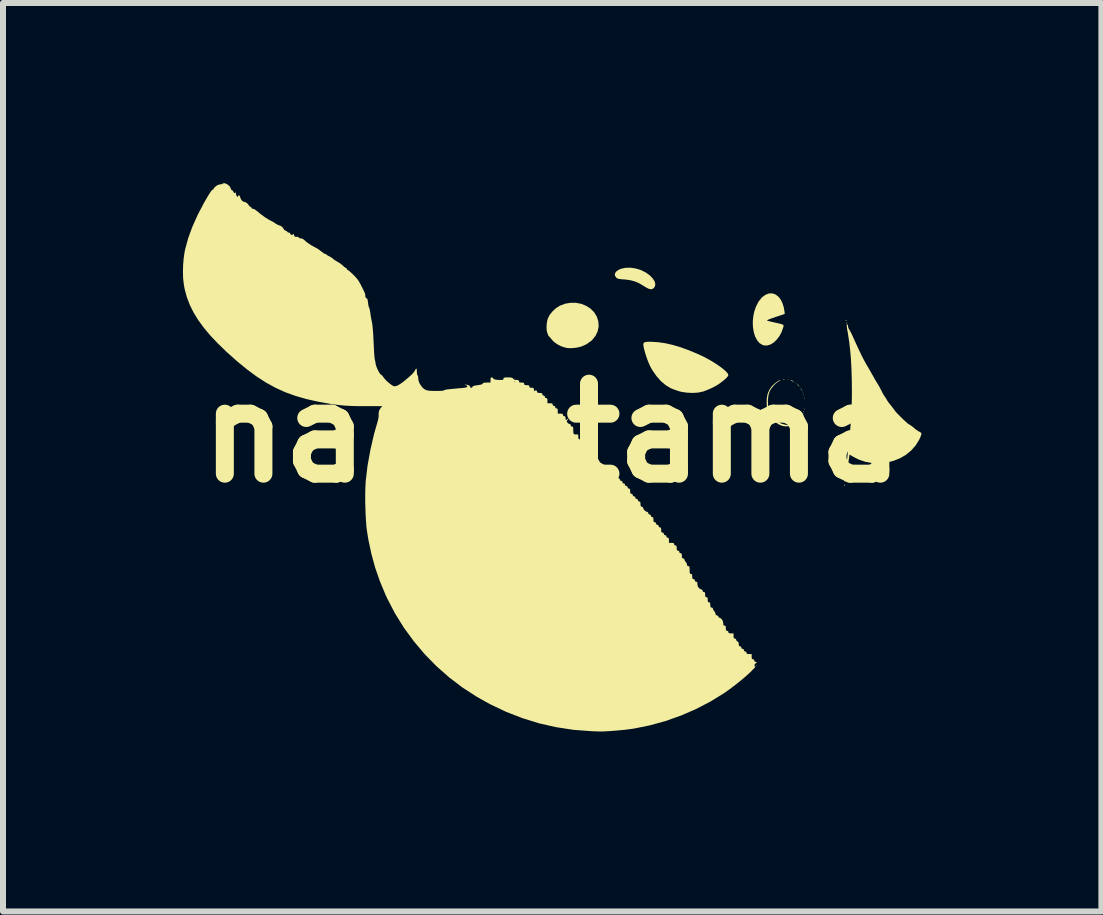
<source format=kicad_pcb>
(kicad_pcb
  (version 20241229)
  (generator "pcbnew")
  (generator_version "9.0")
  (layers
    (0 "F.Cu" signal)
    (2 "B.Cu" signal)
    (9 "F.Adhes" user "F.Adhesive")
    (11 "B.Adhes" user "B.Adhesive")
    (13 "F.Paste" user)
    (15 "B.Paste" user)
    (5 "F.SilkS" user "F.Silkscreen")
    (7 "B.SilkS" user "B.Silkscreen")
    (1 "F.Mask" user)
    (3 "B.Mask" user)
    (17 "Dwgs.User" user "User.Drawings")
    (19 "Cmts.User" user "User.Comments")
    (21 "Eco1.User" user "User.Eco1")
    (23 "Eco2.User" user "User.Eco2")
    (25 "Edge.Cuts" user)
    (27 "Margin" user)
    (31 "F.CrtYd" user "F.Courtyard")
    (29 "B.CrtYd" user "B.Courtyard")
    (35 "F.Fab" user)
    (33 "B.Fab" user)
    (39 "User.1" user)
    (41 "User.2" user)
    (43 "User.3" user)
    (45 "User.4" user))
  (footprint "namatama"
    (layer "F.Cu")
    (at 6.163 4.169)
    (property "Reference" "namatama" (at 0 0 0) (layer "F.SilkS") (effects (font (size 1.5 1.5) (thickness 0.3))))
    (attr board_only exclude_from_pos_files exclude_from_bom)
    (fp_poly (pts (xy 3.405 3.874) (xy 3.4 3.88) (xy 3.395 3.874) (xy 3.4 3.869)) (stroke (width 0) (type solid)) (fill yes) (layer "F.SilkS"))
    (fp_poly (pts (xy 3.933 -0.889) (xy 3.928 -0.884) (xy 3.923 -0.889) (xy 3.928 -0.894)) (stroke (width 0) (type solid)) (fill yes) (layer "F.SilkS"))
    (fp_poly (pts (xy 4.041 -0.846) (xy 4.036 -0.841) (xy 4.03 -0.846) (xy 4.036 -0.851)) (stroke (width 0) (type solid)) (fill yes) (layer "F.SilkS"))
    (fp_poly (pts (xy 4.138 -0.749) (xy 4.133 -0.744) (xy 4.127 -0.749) (xy 4.133 -0.754)) (stroke (width 0) (type solid)) (fill yes) (layer "F.SilkS"))
    (fp_poly (pts (xy 4.17 -0.684) (xy 4.165 -0.679) (xy 4.16 -0.684) (xy 4.165 -0.69)) (stroke (width 0) (type solid)) (fill yes) (layer "F.SilkS"))
    (fp_poly (pts (xy 4.181 -0.663) (xy 4.176 -0.657) (xy 4.17 -0.663) (xy 4.176 -0.668)) (stroke (width 0) (type solid)) (fill yes) (layer "F.SilkS"))
    (fp_poly (pts (xy 4.192 -0.63) (xy 4.187 -0.625) (xy 4.181 -0.63) (xy 4.187 -0.636)) (stroke (width 0) (type solid)) (fill yes) (layer "F.SilkS"))
    (fp_poly (pts (xy 3.866 -0.89) (xy 3.863 -0.885) (xy 3.852 -0.885) (xy 3.84 -0.887) (xy 3.845 -0.891) (xy 3.862 -0.892)) (stroke (width 0) (type solid)) (fill yes) (layer "F.SilkS"))
    (fp_poly (pts (xy 4.188 -0.363) (xy 4.19 -0.35) (xy 4.188 -0.348) (xy 4.182 -0.35) (xy 4.181 -0.356) (xy 4.185 -0.364)) (stroke (width 0) (type solid)) (fill yes) (layer "F.SilkS"))
    (fp_poly (pts (xy 4.199 -0.589) (xy 4.2 -0.576) (xy 4.199 -0.575) (xy 4.193 -0.576) (xy 4.192 -0.582) (xy 4.196 -0.591)) (stroke (width 0) (type solid)) (fill yes) (layer "F.SilkS"))
    (fp_poly (pts (xy 4.199 -0.406) (xy 4.2 -0.393) (xy 4.199 -0.392) (xy 4.193 -0.393) (xy 4.192 -0.399) (xy 4.196 -0.408)) (stroke (width 0) (type solid)) (fill yes) (layer "F.SilkS"))
    (fp_poly (pts (xy 4.147 -0.728) (xy 4.159 -0.718) (xy 4.156 -0.711) (xy 4.155 -0.711) (xy 4.146 -0.719) (xy 4.143 -0.724) (xy 4.141 -0.731)) (stroke (width 0) (type solid)) (fill yes) (layer "F.SilkS"))
    (fp_poly (pts (xy 4.891 -1.882) (xy 4.902 -1.871) (xy 4.9 -1.864) (xy 4.899 -1.864) (xy 4.889 -1.872) (xy 4.886 -1.877) (xy 4.885 -1.884)) (stroke (width 0) (type solid)) (fill yes) (layer "F.SilkS"))
    (fp_poly (pts (xy 4.087 -0.809) (xy 4.106 -0.791) (xy 4.116 -0.78) (xy 4.117 -0.779) (xy 4.113 -0.777) (xy 4.099 -0.788) (xy 4.083 -0.806) (xy 4.057 -0.835)) (stroke (width 0) (type solid)) (fill yes) (layer "F.SilkS"))
    (fp_poly (pts (xy 4.867 0.852) (xy 4.868 0.854) (xy 4.869 0.878) (xy 4.867 0.887) (xy 4.864 0.887) (xy 4.862 0.87) (xy 4.862 0.868) (xy 4.864 0.851)) (stroke (width 0) (type solid)) (fill yes) (layer "F.SilkS"))
    (fp_poly (pts (xy 4.911 -1.836) (xy 4.909 -1.832) (xy 4.899 -1.822) (xy 4.897 -1.821) (xy 4.896 -1.828) (xy 4.898 -1.832) (xy 4.908 -1.842) (xy 4.91 -1.843)) (stroke (width 0) (type solid)) (fill yes) (layer "F.SilkS"))
    (fp_poly (pts (xy 3.989 -0.878) (xy 4.004 -0.868) (xy 4.019 -0.855) (xy 4.016 -0.853) (xy 3.997 -0.862) (xy 3.987 -0.868) (xy 3.972 -0.878) (xy 3.971 -0.883) (xy 3.972 -0.883)) (stroke (width 0) (type solid)) (fill yes) (layer "F.SilkS"))
    (fp_poly (pts (xy 1.386 -2.743) (xy 1.473 -2.716) (xy 1.554 -2.676) (xy 1.624 -2.625) (xy 1.625 -2.624) (xy 1.672 -2.574) (xy 1.702 -2.526) (xy 1.713 -2.481) (xy 1.705 -2.442) (xy 1.695 -2.426) (xy 1.671 -2.404) (xy 1.644 -2.396) (xy 1.612 -2.401) (xy 1.57 -2.42) (xy 1.519 -2.451) (xy 1.444 -2.496) (xy 1.372 -2.527) (xy 1.297 -2.547) (xy 1.211 -2.559) (xy 1.192 -2.56) (xy 1.14 -2.564) (xy 1.106 -2.569) (xy 1.083 -2.576) (xy 1.067 -2.586) (xy 1.06 -2.593) (xy 1.039 -2.625) (xy 1.039 -2.657) (xy 1.058 -2.689) (xy 1.096 -2.718) (xy 1.138 -2.737) (xy 1.214 -2.754) (xy 1.298 -2.756)) (stroke (width 0) (type solid)) (fill yes) (layer "F.SilkS"))
    (fp_poly (pts (xy 0.392 -2.17) (xy 0.479 -2.153) (xy 0.56 -2.12) (xy 0.632 -2.074) (xy 0.691 -2.015) (xy 0.736 -1.943) (xy 0.738 -1.939) (xy 0.763 -1.858) (xy 0.768 -1.776) (xy 0.752 -1.697) (xy 0.717 -1.622) (xy 0.663 -1.554) (xy 0.644 -1.536) (xy 0.562 -1.478) (xy 0.473 -1.439) (xy 0.395 -1.422) (xy 0.335 -1.416) (xy 0.29 -1.414) (xy 0.25 -1.416) (xy 0.211 -1.424) (xy 0.21 -1.424) (xy 0.142 -1.446) (xy 0.077 -1.48) (xy 0.022 -1.52) (xy -0.006 -1.549) (xy -0.03 -1.578) (xy -0.05 -1.601) (xy -0.059 -1.611) (xy -0.073 -1.627) (xy -0.075 -1.633) (xy -0.081 -1.65) (xy -0.089 -1.67) (xy -0.098 -1.709) (xy -0.101 -1.761) (xy -0.098 -1.818) (xy -0.09 -1.872) (xy -0.08 -1.907) (xy -0.05 -1.967) (xy -0.003 -2.026) (xy 0.054 -2.079) (xy 0.117 -2.12) (xy 0.123 -2.123) (xy 0.211 -2.156) (xy 0.301 -2.171)) (stroke (width 0) (type solid)) (fill yes) (layer "F.SilkS"))
    (fp_poly (pts (xy 3.71 -2.313) (xy 3.761 -2.277) (xy 3.793 -2.24) (xy 3.827 -2.179) (xy 3.852 -2.104) (xy 3.865 -2.035) (xy 3.871 -1.986) (xy 3.718 -1.934) (xy 3.666 -1.916) (xy 3.622 -1.9) (xy 3.591 -1.887) (xy 3.575 -1.878) (xy 3.574 -1.876) (xy 3.588 -1.87) (xy 3.618 -1.862) (xy 3.659 -1.852) (xy 3.696 -1.843) (xy 3.758 -1.83) (xy 3.801 -1.819) (xy 3.829 -1.811) (xy 3.845 -1.802) (xy 3.851 -1.791) (xy 3.85 -1.777) (xy 3.845 -1.76) (xy 3.817 -1.681) (xy 3.779 -1.611) (xy 3.733 -1.552) (xy 3.682 -1.505) (xy 3.628 -1.473) (xy 3.573 -1.458) (xy 3.52 -1.461) (xy 3.502 -1.467) (xy 3.451 -1.498) (xy 3.41 -1.546) (xy 3.377 -1.608) (xy 3.354 -1.681) (xy 3.341 -1.762) (xy 3.337 -1.848) (xy 3.345 -1.936) (xy 3.362 -2.023) (xy 3.391 -2.107) (xy 3.43 -2.184) (xy 3.439 -2.198) (xy 3.489 -2.259) (xy 3.543 -2.301) (xy 3.599 -2.325) (xy 3.656 -2.329)) (stroke (width 0) (type solid)) (fill yes) (layer "F.SilkS"))
    (fp_poly (pts (xy 1.639 -1.521) (xy 1.756 -1.514) (xy 1.876 -1.497) (xy 2.001 -1.469) (xy 2.135 -1.429) (xy 2.28 -1.376) (xy 2.423 -1.316) (xy 2.503 -1.279) (xy 2.582 -1.238) (xy 2.659 -1.194) (xy 2.731 -1.149) (xy 2.796 -1.104) (xy 2.85 -1.062) (xy 2.893 -1.024) (xy 2.92 -0.992) (xy 2.931 -0.967) (xy 2.931 -0.965) (xy 2.922 -0.946) (xy 2.897 -0.917) (xy 2.858 -0.882) (xy 2.807 -0.842) (xy 2.764 -0.811) (xy 2.716 -0.782) (xy 2.656 -0.751) (xy 2.59 -0.722) (xy 2.529 -0.698) (xy 2.507 -0.691) (xy 2.428 -0.674) (xy 2.338 -0.668) (xy 2.244 -0.672) (xy 2.153 -0.685) (xy 2.116 -0.694) (xy 2.066 -0.71) (xy 2.015 -0.728) (xy 1.974 -0.745) (xy 1.971 -0.746) (xy 1.889 -0.795) (xy 1.808 -0.863) (xy 1.733 -0.947) (xy 1.665 -1.045) (xy 1.628 -1.11) (xy 1.604 -1.163) (xy 1.578 -1.229) (xy 1.554 -1.299) (xy 1.534 -1.367) (xy 1.519 -1.427) (xy 1.515 -1.451) (xy 1.513 -1.481) (xy 1.519 -1.501) (xy 1.536 -1.513) (xy 1.567 -1.519) (xy 1.615 -1.521)) (stroke (width 0) (type solid)) (fill yes) (layer "F.SilkS"))
    (fp_poly (pts (xy 3.797 -0.879) (xy 3.781 -0.868) (xy 3.771 -0.862) (xy 3.73 -0.833) (xy 3.686 -0.791) (xy 3.647 -0.742) (xy 3.619 -0.694) (xy 3.618 -0.692) (xy 3.599 -0.629) (xy 3.59 -0.556) (xy 3.591 -0.479) (xy 3.603 -0.408) (xy 3.611 -0.384) (xy 3.646 -0.307) (xy 3.694 -0.242) (xy 3.751 -0.191) (xy 3.814 -0.156) (xy 3.881 -0.137) (xy 3.95 -0.137) (xy 4.01 -0.154) (xy 4.059 -0.182) (xy 4.106 -0.223) (xy 4.142 -0.269) (xy 4.154 -0.291) (xy 4.167 -0.316) (xy 4.176 -0.329) (xy 4.178 -0.33) (xy 4.178 -0.317) (xy 4.166 -0.292) (xy 4.147 -0.26) (xy 4.123 -0.227) (xy 4.097 -0.197) (xy 4.089 -0.188) (xy 4.027 -0.142) (xy 3.957 -0.116) (xy 3.883 -0.11) (xy 3.831 -0.118) (xy 3.774 -0.141) (xy 3.717 -0.18) (xy 3.663 -0.232) (xy 3.619 -0.291) (xy 3.603 -0.322) (xy 3.588 -0.356) (xy 3.579 -0.389) (xy 3.573 -0.429) (xy 3.57 -0.482) (xy 3.569 -0.49) (xy 3.571 -0.575) (xy 3.583 -0.647) (xy 3.609 -0.71) (xy 3.646 -0.768) (xy 3.671 -0.796) (xy 3.704 -0.825) (xy 3.738 -0.852) (xy 3.77 -0.873) (xy 3.793 -0.883) (xy 3.797 -0.883)) (stroke (width 0) (type solid)) (fill yes) (layer "F.SilkS"))
    (fp_poly (pts (xy 4.923 -1.804) (xy 4.923 -1.802) (xy 4.924 -1.784) (xy 4.93 -1.759) (xy 4.938 -1.736) (xy 4.945 -1.725) (xy 4.946 -1.724) (xy 4.953 -1.715) (xy 4.967 -1.689) (xy 4.986 -1.65) (xy 5.009 -1.601) (xy 5.027 -1.561) (xy 5.077 -1.451) (xy 5.123 -1.352) (xy 5.164 -1.268) (xy 5.2 -1.2) (xy 5.226 -1.153) (xy 5.243 -1.124) (xy 5.268 -1.082) (xy 5.296 -1.033) (xy 5.319 -0.991) (xy 5.348 -0.941) (xy 5.376 -0.891) (xy 5.402 -0.848) (xy 5.417 -0.823) (xy 5.441 -0.783) (xy 5.467 -0.735) (xy 5.485 -0.7) (xy 5.504 -0.662) (xy 5.523 -0.629) (xy 5.537 -0.609) (xy 5.557 -0.581) (xy 5.568 -0.56) (xy 5.58 -0.539) (xy 5.602 -0.508) (xy 5.629 -0.473) (xy 5.633 -0.469) (xy 5.66 -0.435) (xy 5.682 -0.406) (xy 5.696 -0.387) (xy 5.697 -0.386) (xy 5.711 -0.366) (xy 5.737 -0.336) (xy 5.772 -0.3) (xy 5.812 -0.26) (xy 5.852 -0.221) (xy 5.89 -0.186) (xy 5.92 -0.159) (xy 5.941 -0.144) (xy 5.942 -0.144) (xy 5.97 -0.128) (xy 5.991 -0.112) (xy 5.992 -0.112) (xy 6.047 -0.066) (xy 6.09 -0.035) (xy 6.114 -0.022) (xy 6.138 -0.008) (xy 6.15 0.006) (xy 6.148 0.023) (xy 6.138 0.054) (xy 6.121 0.093) (xy 6.112 0.112) (xy 6.052 0.209) (xy 5.977 0.293) (xy 5.889 0.365) (xy 5.79 0.422) (xy 5.682 0.465) (xy 5.569 0.493) (xy 5.452 0.506) (xy 5.334 0.502) (xy 5.217 0.481) (xy 5.104 0.443) (xy 5.021 0.401) (xy 4.951 0.36) (xy 4.926 0.527) (xy 4.914 0.608) (xy 4.903 0.678) (xy 4.893 0.736) (xy 4.884 0.78) (xy 4.878 0.807) (xy 4.874 0.817) (xy 4.872 0.811) (xy 4.873 0.795) (xy 4.876 0.76) (xy 4.881 0.709) (xy 4.888 0.644) (xy 4.896 0.569) (xy 4.905 0.484) (xy 4.914 0.402) (xy 4.931 0.247) (xy 4.945 0.111) (xy 4.957 -0.01) (xy 4.967 -0.117) (xy 4.974 -0.216) (xy 4.98 -0.307) (xy 4.985 -0.395) (xy 4.987 -0.482) (xy 4.989 -0.57) (xy 4.99 -0.664) (xy 4.99 -0.7) (xy 4.988 -0.89) (xy 4.983 -1.062) (xy 4.975 -1.219) (xy 4.963 -1.365) (xy 4.947 -1.504) (xy 4.927 -1.639) (xy 4.92 -1.681) (xy 4.919 -1.687) (xy 4.946 -1.687) (xy 4.952 -1.681) (xy 4.957 -1.687) (xy 4.952 -1.692) (xy 4.946 -1.687) (xy 4.919 -1.687) (xy 4.91 -1.736) (xy 4.905 -1.774) (xy 4.904 -1.796) (xy 4.907 -1.808) (xy 4.914 -1.81)) (stroke (width 0) (type solid)) (fill yes) (layer "F.SilkS"))
    (fp_poly (pts (xy -5.494 -4.168) (xy -5.471 -4.164) (xy -5.456 -4.161) (xy -5.414 -4.14) (xy -5.38 -4.107) (xy -5.362 -4.07) (xy -5.354 -4.051) (xy -5.345 -4.047) (xy -5.334 -4.043) (xy -5.324 -4.026) (xy -5.311 -4.003) (xy -5.297 -3.999) (xy -5.288 -4.012) (xy -5.283 -4.013) (xy -5.281 -3.997) (xy -5.275 -3.968) (xy -5.266 -3.95) (xy -5.254 -3.937) (xy -5.248 -3.941) (xy -5.245 -3.948) (xy -5.233 -3.964) (xy -5.221 -3.96) (xy -5.211 -3.938) (xy -5.199 -3.904) (xy -5.181 -3.876) (xy -5.163 -3.86) (xy -5.156 -3.858) (xy -5.122 -3.849) (xy -5.089 -3.827) (xy -5.069 -3.802) (xy -5.054 -3.781) (xy -5.038 -3.772) (xy -5.038 -3.772) (xy -5.024 -3.763) (xy -5.022 -3.756) (xy -5.013 -3.742) (xy -4.999 -3.739) (xy -4.977 -3.733) (xy -4.949 -3.716) (xy -4.937 -3.706) (xy -4.86 -3.644) (xy -4.793 -3.595) (xy -4.733 -3.558) (xy -4.709 -3.545) (xy -4.674 -3.527) (xy -4.647 -3.512) (xy -4.634 -3.503) (xy -4.634 -3.502) (xy -4.62 -3.492) (xy -4.595 -3.478) (xy -4.569 -3.465) (xy -4.55 -3.459) (xy -4.548 -3.459) (xy -4.531 -3.452) (xy -4.509 -3.435) (xy -4.491 -3.415) (xy -4.483 -3.399) (xy -4.474 -3.387) (xy -4.452 -3.374) (xy -4.451 -3.373) (xy -4.428 -3.361) (xy -4.418 -3.351) (xy -4.418 -3.35) (xy -4.412 -3.342) (xy -4.41 -3.342) (xy -4.385 -3.34) (xy -4.375 -3.327) (xy -4.375 -3.326) (xy -4.368 -3.311) (xy -4.352 -3.302) (xy -4.338 -3.303) (xy -4.334 -3.308) (xy -4.324 -3.319) (xy -4.314 -3.313) (xy -4.311 -3.299) (xy -4.302 -3.278) (xy -4.28 -3.269) (xy -4.263 -3.272) (xy -4.245 -3.269) (xy -4.225 -3.255) (xy -4.21 -3.243) (xy -4.203 -3.244) (xy -4.203 -3.244) (xy -4.195 -3.247) (xy -4.177 -3.241) (xy -4.154 -3.229) (xy -4.134 -3.213) (xy -4.128 -3.206) (xy -4.105 -3.186) (xy -4.069 -3.16) (xy -4.025 -3.131) (xy -3.977 -3.104) (xy -3.963 -3.097) (xy -3.93 -3.079) (xy -3.905 -3.064) (xy -3.895 -3.057) (xy -3.876 -3.041) (xy -3.858 -3.028) (xy -3.834 -3.011) (xy -3.82 -2.999) (xy -3.798 -2.987) (xy -3.789 -2.985) (xy -3.774 -2.981) (xy -3.772 -2.976) (xy -3.763 -2.967) (xy -3.74 -2.954) (xy -3.728 -2.948) (xy -3.694 -2.93) (xy -3.665 -2.909) (xy -3.659 -2.904) (xy -3.635 -2.884) (xy -3.601 -2.863) (xy -3.582 -2.852) (xy -3.543 -2.828) (xy -3.506 -2.799) (xy -3.493 -2.787) (xy -3.47 -2.766) (xy -3.453 -2.755) (xy -3.448 -2.754) (xy -3.438 -2.749) (xy -3.432 -2.737) (xy -3.424 -2.721) (xy -3.419 -2.72) (xy -3.409 -2.715) (xy -3.388 -2.698) (xy -3.358 -2.672) (xy -3.327 -2.643) (xy -3.288 -2.603) (xy -3.258 -2.569) (xy -3.232 -2.532) (xy -3.207 -2.488) (xy -3.179 -2.434) (xy -3.155 -2.387) (xy -3.137 -2.347) (xy -3.125 -2.318) (xy -3.121 -2.303) (xy -3.122 -2.303) (xy -3.124 -2.289) (xy -3.121 -2.269) (xy -3.113 -2.252) (xy -3.105 -2.246) (xy -3.104 -2.246) (xy -3.095 -2.245) (xy -3.086 -2.227) (xy -3.079 -2.189) (xy -3.075 -2.157) (xy -3.07 -2.123) (xy -3.063 -2.098) (xy -3.059 -2.09) (xy -3.053 -2.077) (xy -3.047 -2.048) (xy -3.04 -2.009) (xy -3.038 -1.993) (xy -3.03 -1.94) (xy -3.02 -1.886) (xy -3.011 -1.841) (xy -3.01 -1.837) (xy -3.005 -1.806) (xy -3 -1.757) (xy -2.994 -1.693) (xy -2.989 -1.618) (xy -2.985 -1.535) (xy -2.984 -1.509) (xy -2.98 -1.434) (xy -2.977 -1.366) (xy -2.973 -1.307) (xy -2.969 -1.26) (xy -2.965 -1.23) (xy -2.963 -1.22) (xy -2.955 -1.19) (xy -2.953 -1.171) (xy -2.948 -1.141) (xy -2.936 -1.103) (xy -2.919 -1.062) (xy -2.899 -1.023) (xy -2.88 -0.992) (xy -2.863 -0.973) (xy -2.856 -0.97) (xy -2.846 -0.962) (xy -2.828 -0.941) (xy -2.817 -0.925) (xy -2.791 -0.893) (xy -2.756 -0.858) (xy -2.717 -0.825) (xy -2.681 -0.798) (xy -2.652 -0.782) (xy -2.646 -0.78) (xy -2.618 -0.78) (xy -2.581 -0.793) (xy -2.536 -0.82) (xy -2.48 -0.861) (xy -2.412 -0.918) (xy -2.348 -0.975) (xy -2.321 -1.004) (xy -2.299 -1.034) (xy -2.294 -1.044) (xy -2.28 -1.07) (xy -2.27 -1.075) (xy -2.265 -1.059) (xy -2.263 -1.024) (xy -2.261 -0.992) (xy -2.256 -0.97) (xy -2.253 -0.965) (xy -2.244 -0.95) (xy -2.242 -0.94) (xy -2.237 -0.88) (xy -2.22 -0.831) (xy -2.19 -0.783) (xy -2.179 -0.771) (xy -2.155 -0.744) (xy -2.129 -0.725) (xy -2.099 -0.712) (xy -2.058 -0.705) (xy -2.004 -0.702) (xy -1.948 -0.701) (xy -1.896 -0.701) (xy -1.854 -0.703) (xy -1.824 -0.706) (xy -1.811 -0.71) (xy -1.81 -0.71) (xy -1.807 -0.715) (xy -1.796 -0.719) (xy -1.774 -0.723) (xy -1.74 -0.728) (xy -1.691 -0.733) (xy -1.624 -0.74) (xy -1.565 -0.745) (xy -1.507 -0.75) (xy -1.467 -0.755) (xy -1.442 -0.76) (xy -1.428 -0.765) (xy -1.423 -0.772) (xy -1.422 -0.777) (xy -1.431 -0.794) (xy -1.446 -0.797) (xy -1.462 -0.8) (xy -1.463 -0.804) (xy -1.45 -0.806) (xy -1.424 -0.803) (xy -1.418 -0.802) (xy -1.39 -0.793) (xy -1.38 -0.779) (xy -1.379 -0.775) (xy -1.371 -0.758) (xy -1.358 -0.754) (xy -1.34 -0.761) (xy -1.336 -0.769) (xy -1.326 -0.781) (xy -1.298 -0.79) (xy -1.293 -0.791) (xy -1.251 -0.797) (xy -1.209 -0.804) (xy -1.207 -0.804) (xy -1.177 -0.812) (xy -1.164 -0.824) (xy -1.164 -0.826) (xy -1.158 -0.834) (xy -1.137 -0.839) (xy -1.099 -0.841) (xy -1.035 -0.841) (xy -1.035 -0.851) (xy -0.636 -0.851) (xy -0.632 -0.842) (xy -0.629 -0.844) (xy -0.627 -0.857) (xy -0.629 -0.859) (xy -0.635 -0.857) (xy -0.636 -0.851) (xy -1.035 -0.851) (xy -1.035 -0.884) (xy -1.033 -0.912) (xy -1.025 -0.924) (xy -1.013 -0.927) (xy -0.996 -0.921) (xy -0.991 -0.912) (xy -0.981 -0.899) (xy -0.952 -0.89) (xy -0.906 -0.885) (xy -0.872 -0.884) (xy -0.84 -0.885) (xy -0.824 -0.89) (xy -0.819 -0.901) (xy -0.819 -0.905) (xy -0.817 -0.917) (xy -0.808 -0.923) (xy -0.786 -0.926) (xy -0.748 -0.927) (xy -0.746 -0.927) (xy -0.705 -0.926) (xy -0.679 -0.921) (xy -0.664 -0.913) (xy -0.657 -0.905) (xy -0.634 -0.888) (xy -0.601 -0.884) (xy -0.574 -0.882) (xy -0.562 -0.873) (xy -0.56 -0.862) (xy -0.557 -0.848) (xy -0.542 -0.842) (xy -0.517 -0.841) (xy -0.489 -0.839) (xy -0.477 -0.831) (xy -0.474 -0.819) (xy -0.471 -0.805) (xy -0.456 -0.799) (xy -0.431 -0.797) (xy -0.403 -0.796) (xy -0.39 -0.788) (xy -0.388 -0.776) (xy -0.384 -0.761) (xy -0.367 -0.755) (xy -0.35 -0.754) (xy -0.325 -0.753) (xy -0.314 -0.743) (xy -0.312 -0.72) (xy -0.312 -0.719) (xy -0.31 -0.7) (xy -0.306 -0.696) (xy -0.305 -0.698) (xy -0.292 -0.71) (xy -0.273 -0.71) (xy -0.26 -0.698) (xy -0.259 -0.69) (xy -0.255 -0.676) (xy -0.24 -0.669) (xy -0.216 -0.668) (xy -0.187 -0.666) (xy -0.175 -0.659) (xy -0.172 -0.647) (xy -0.165 -0.629) (xy -0.151 -0.625) (xy -0.133 -0.617) (xy -0.129 -0.603) (xy -0.122 -0.585) (xy -0.108 -0.582) (xy -0.094 -0.578) (xy -0.087 -0.564) (xy -0.086 -0.539) (xy -0.086 -0.496) (xy -0.043 -0.496) (xy -0.015 -0.494) (xy -0.002 -0.487) (xy -0.000001 -0.474) (xy 0.008 -0.456) (xy 0.022 -0.453) (xy 0.04 -0.445) (xy 0.043 -0.431) (xy 0.051 -0.413) (xy 0.065 -0.41) (xy 0.079 -0.406) (xy 0.085 -0.391) (xy 0.086 -0.366) (xy 0.086 -0.323) (xy 0.129 -0.323) (xy 0.158 -0.321) (xy 0.17 -0.314) (xy 0.172 -0.302) (xy 0.18 -0.284) (xy 0.194 -0.28) (xy 0.21 -0.275) (xy 0.215 -0.256) (xy 0.216 -0.248) (xy 0.219 -0.224) (xy 0.228 -0.215) (xy 0.238 -0.224) (xy 0.24 -0.229) (xy 0.25 -0.236) (xy 0.254 -0.233) (xy 0.256 -0.222) (xy 0.251 -0.219) (xy 0.238 -0.206) (xy 0.24 -0.186) (xy 0.252 -0.167) (xy 0.272 -0.153) (xy 0.285 -0.151) (xy 0.299 -0.142) (xy 0.302 -0.129) (xy 0.309 -0.111) (xy 0.323 -0.108) (xy 0.335 -0.105) (xy 0.342 -0.095) (xy 0.344 -0.072) (xy 0.345 -0.043) (xy 0.346 -0.005) (xy 0.353 0.016) (xy 0.37 0.024) (xy 0.401 0.024) (xy 0.412 0.023) (xy 0.427 0.03) (xy 0.429 0.041) (xy 0.428 0.077) (xy 0.434 0.098) (xy 0.45 0.106) (xy 0.474 0.108) (xy 0.517 0.108) (xy 0.517 0.151) (xy 0.519 0.179) (xy 0.526 0.192) (xy 0.539 0.194) (xy 0.553 0.198) (xy 0.559 0.212) (xy 0.56 0.237) (xy 0.56 0.28) (xy 0.603 0.28) (xy 0.632 0.282) (xy 0.644 0.289) (xy 0.647 0.302) (xy 0.654 0.32) (xy 0.668 0.323) (xy 0.682 0.327) (xy 0.688 0.342) (xy 0.69 0.366) (xy 0.691 0.395) (xy 0.699 0.407) (xy 0.711 0.41) (xy 0.729 0.417) (xy 0.733 0.431) (xy 0.74 0.449) (xy 0.754 0.453) (xy 0.772 0.46) (xy 0.776 0.474) (xy 0.784 0.492) (xy 0.797 0.496) (xy 0.815 0.503) (xy 0.819 0.517) (xy 0.827 0.535) (xy 0.841 0.539) (xy 0.859 0.546) (xy 0.862 0.56) (xy 0.867 0.578) (xy 0.873 0.582) (xy 0.883 0.574) (xy 0.884 0.571) (xy 0.892 0.561) (xy 0.894 0.56) (xy 0.902 0.57) (xy 0.905 0.592) (xy 0.905 0.593) (xy 0.907 0.613) (xy 0.916 0.623) (xy 0.939 0.625) (xy 0.948 0.625) (xy 0.977 0.627) (xy 0.989 0.634) (xy 0.991 0.647) (xy 0.999 0.665) (xy 1.013 0.668) (xy 1.031 0.676) (xy 1.035 0.688) (xy 1.043 0.711) (xy 1.064 0.734) (xy 1.089 0.751) (xy 1.103 0.754) (xy 1.118 0.763) (xy 1.121 0.776) (xy 1.128 0.794) (xy 1.142 0.797) (xy 1.16 0.805) (xy 1.164 0.819) (xy 1.171 0.837) (xy 1.185 0.841) (xy 1.203 0.848) (xy 1.207 0.862) (xy 1.215 0.88) (xy 1.229 0.884) (xy 1.247 0.891) (xy 1.25 0.905) (xy 1.258 0.923) (xy 1.272 0.927) (xy 1.286 0.93) (xy 1.292 0.945) (xy 1.293 0.97) (xy 1.295 0.998) (xy 1.302 1.011) (xy 1.315 1.013) (xy 1.333 1.021) (xy 1.336 1.035) (xy 1.344 1.053) (xy 1.358 1.056) (xy 1.376 1.064) (xy 1.379 1.078) (xy 1.387 1.096) (xy 1.401 1.099) (xy 1.419 1.107) (xy 1.422 1.121) (xy 1.43 1.139) (xy 1.444 1.142) (xy 1.458 1.146) (xy 1.464 1.161) (xy 1.466 1.185) (xy 1.467 1.214) (xy 1.475 1.226) (xy 1.487 1.229) (xy 1.505 1.236) (xy 1.509 1.248) (xy 1.517 1.271) (xy 1.538 1.295) (xy 1.563 1.311) (xy 1.577 1.315) (xy 1.592 1.324) (xy 1.595 1.336) (xy 1.603 1.354) (xy 1.616 1.358) (xy 1.634 1.365) (xy 1.638 1.379) (xy 1.646 1.397) (xy 1.66 1.401) (xy 1.674 1.405) (xy 1.68 1.419) (xy 1.681 1.444) (xy 1.683 1.472) (xy 1.69 1.485) (xy 1.703 1.487) (xy 1.721 1.495) (xy 1.724 1.509) (xy 1.732 1.527) (xy 1.746 1.53) (xy 1.764 1.538) (xy 1.767 1.552) (xy 1.775 1.57) (xy 1.789 1.573) (xy 1.803 1.577) (xy 1.809 1.592) (xy 1.81 1.616) (xy 1.812 1.645) (xy 1.82 1.657) (xy 1.832 1.66) (xy 1.85 1.667) (xy 1.854 1.681) (xy 1.861 1.699) (xy 1.875 1.703) (xy 1.893 1.71) (xy 1.897 1.724) (xy 1.904 1.742) (xy 1.918 1.746) (xy 1.932 1.749) (xy 1.939 1.764) (xy 1.94 1.789) (xy 1.94 1.832) (xy 1.983 1.832) (xy 2.011 1.834) (xy 2.024 1.841) (xy 2.026 1.854) (xy 2.034 1.872) (xy 2.048 1.875) (xy 2.062 1.879) (xy 2.068 1.893) (xy 2.069 1.918) (xy 2.071 1.946) (xy 2.078 1.959) (xy 2.091 1.961) (xy 2.109 1.969) (xy 2.112 1.983) (xy 2.12 2.001) (xy 2.134 2.004) (xy 2.148 2.008) (xy 2.154 2.023) (xy 2.155 2.048) (xy 2.157 2.076) (xy 2.164 2.088) (xy 2.177 2.091) (xy 2.195 2.098) (xy 2.198 2.111) (xy 2.206 2.132) (xy 2.22 2.15) (xy 2.236 2.174) (xy 2.241 2.195) (xy 2.247 2.215) (xy 2.263 2.22) (xy 2.275 2.222) (xy 2.282 2.233) (xy 2.284 2.256) (xy 2.285 2.285) (xy 2.285 2.321) (xy 2.289 2.34) (xy 2.297 2.348) (xy 2.306 2.349) (xy 2.32 2.353) (xy 2.326 2.367) (xy 2.328 2.392) (xy 2.33 2.421) (xy 2.337 2.433) (xy 2.349 2.435) (xy 2.367 2.443) (xy 2.371 2.457) (xy 2.378 2.475) (xy 2.392 2.479) (xy 2.407 2.482) (xy 2.413 2.498) (xy 2.414 2.52) (xy 2.421 2.557) (xy 2.441 2.587) (xy 2.468 2.605) (xy 2.482 2.608) (xy 2.497 2.617) (xy 2.5 2.629) (xy 2.508 2.647) (xy 2.522 2.651) (xy 2.536 2.655) (xy 2.542 2.669) (xy 2.543 2.694) (xy 2.545 2.722) (xy 2.552 2.735) (xy 2.565 2.737) (xy 2.579 2.741) (xy 2.585 2.755) (xy 2.586 2.78) (xy 2.588 2.809) (xy 2.595 2.821) (xy 2.608 2.823) (xy 2.622 2.827) (xy 2.628 2.842) (xy 2.629 2.867) (xy 2.631 2.895) (xy 2.639 2.907) (xy 2.651 2.91) (xy 2.669 2.917) (xy 2.673 2.93) (xy 2.68 2.951) (xy 2.694 2.969) (xy 2.711 2.993) (xy 2.716 3.014) (xy 2.722 3.034) (xy 2.736 3.039) (xy 2.756 3.048) (xy 2.764 3.061) (xy 2.775 3.078) (xy 2.785 3.082) (xy 2.807 3.092) (xy 2.828 3.116) (xy 2.842 3.148) (xy 2.845 3.172) (xy 2.847 3.198) (xy 2.856 3.21) (xy 2.867 3.211) (xy 2.881 3.215) (xy 2.887 3.23) (xy 2.888 3.254) (xy 2.89 3.283) (xy 2.897 3.295) (xy 2.91 3.298) (xy 2.928 3.305) (xy 2.931 3.319) (xy 2.935 3.333) (xy 2.949 3.339) (xy 2.974 3.341) (xy 3.017 3.341) (xy 3.017 3.384) (xy 3.019 3.412) (xy 3.027 3.424) (xy 3.039 3.427) (xy 3.057 3.435) (xy 3.061 3.448) (xy 3.07 3.468) (xy 3.082 3.475) (xy 3.098 3.487) (xy 3.103 3.512) (xy 3.104 3.519) (xy 3.106 3.545) (xy 3.116 3.555) (xy 3.125 3.556) (xy 3.143 3.564) (xy 3.147 3.578) (xy 3.154 3.596) (xy 3.168 3.599) (xy 3.186 3.607) (xy 3.19 3.621) (xy 3.197 3.639) (xy 3.211 3.642) (xy 3.229 3.65) (xy 3.233 3.664) (xy 3.237 3.678) (xy 3.251 3.684) (xy 3.276 3.686) (xy 3.319 3.686) (xy 3.319 3.729) (xy 3.321 3.757) (xy 3.328 3.769) (xy 3.341 3.772) (xy 3.359 3.779) (xy 3.362 3.793) (xy 3.37 3.811) (xy 3.384 3.815) (xy 3.402 3.82) (xy 3.403 3.83) (xy 3.388 3.838) (xy 3.373 3.851) (xy 3.367 3.872) (xy 3.368 3.891) (xy 3.374 3.895) (xy 3.385 3.891) (xy 3.38 3.9) (xy 3.36 3.923) (xy 3.326 3.958) (xy 3.295 3.989) (xy 3.241 4.039) (xy 3.173 4.098) (xy 3.097 4.16) (xy 3.018 4.222) (xy 2.94 4.28) (xy 2.869 4.331) (xy 2.855 4.34) (xy 2.629 4.479) (xy 2.39 4.603) (xy 2.14 4.711) (xy 1.884 4.802) (xy 1.623 4.874) (xy 1.362 4.927) (xy 1.272 4.94) (xy 1.209 4.948) (xy 1.135 4.955) (xy 1.057 4.962) (xy 0.978 4.968) (xy 0.904 4.973) (xy 0.839 4.976) (xy 0.788 4.977) (xy 0.771 4.976) (xy 0.73 4.975) (xy 0.681 4.973) (xy 0.641 4.971) (xy 0.348 4.949) (xy 0.06 4.905) (xy -0.223 4.841) (xy -0.502 4.755) (xy -0.775 4.649) (xy -1.042 4.522) (xy -1.264 4.398) (xy -1.5 4.245) (xy -1.724 4.075) (xy -1.936 3.888) (xy -2.133 3.687) (xy -2.314 3.472) (xy -2.48 3.245) (xy -2.628 3.007) (xy -2.757 2.759) (xy -2.787 2.694) (xy -2.88 2.47) (xy -2.958 2.246) (xy -3.021 2.016) (xy -3.072 1.776) (xy -3.094 1.638) (xy -3.104 1.562) (xy -3.111 1.469) (xy -3.117 1.364) (xy -3.121 1.253) (xy -3.124 1.139) (xy -3.124 1.029) (xy -3.122 0.926) (xy -3.118 0.835) (xy -3.115 0.795) (xy -3.085 0.542) (xy -3.038 0.283) (xy -2.976 0.014) (xy -2.896 -0.265) (xy -2.875 -0.334) (xy -2.838 -0.447) (xy -3.141 -0.448) (xy -3.259 -0.448) (xy -3.362 -0.451) (xy -3.455 -0.456) (xy -3.544 -0.464) (xy -3.635 -0.475) (xy -3.732 -0.49) (xy -3.841 -0.51) (xy -3.913 -0.523) (xy -4.106 -0.566) (xy -4.285 -0.618) (xy -4.455 -0.679) (xy -4.618 -0.753) (xy -4.777 -0.84) (xy -4.935 -0.942) (xy -5.096 -1.061) (xy -5.262 -1.197) (xy -5.275 -1.209) (xy -5.439 -1.355) (xy -5.583 -1.495) (xy -5.71 -1.629) (xy -5.819 -1.76) (xy -5.911 -1.887) (xy -5.988 -2.013) (xy -6.05 -2.139) (xy -6.098 -2.265) (xy -6.133 -2.394) (xy -6.149 -2.482) (xy -6.16 -2.576) (xy -6.163 -2.684) (xy -6.16 -2.798) (xy -6.151 -2.91) (xy -6.136 -3.014) (xy -6.128 -3.055) (xy -6.077 -3.244) (xy -6.006 -3.438) (xy -5.917 -3.637) (xy -5.809 -3.843) (xy -5.762 -3.923) (xy -5.728 -3.98) (xy -5.702 -4.02) (xy -5.684 -4.044) (xy -5.672 -4.055) (xy -5.664 -4.055) (xy -5.658 -4.056) (xy -5.658 -4.06) (xy -5.649 -4.079) (xy -5.628 -4.102) (xy -5.6 -4.124) (xy -5.579 -4.136) (xy -5.547 -4.145) (xy -5.51 -4.15) (xy -5.509 -4.15) (xy -5.485 -4.151) (xy -5.48 -4.154) (xy -5.494 -4.159) (xy -5.496 -4.16) (xy -5.511 -4.166) (xy -5.509 -4.169)) (stroke (width 0) (type solid)) (fill yes) (layer "F.SilkS")))
  (gr_rect
    (start -3 -3)
    (end 15.313 12.146)
    (stroke (width 0.1) (type default))
    (fill no)
    (layer "Edge.Cuts")))
</source>
